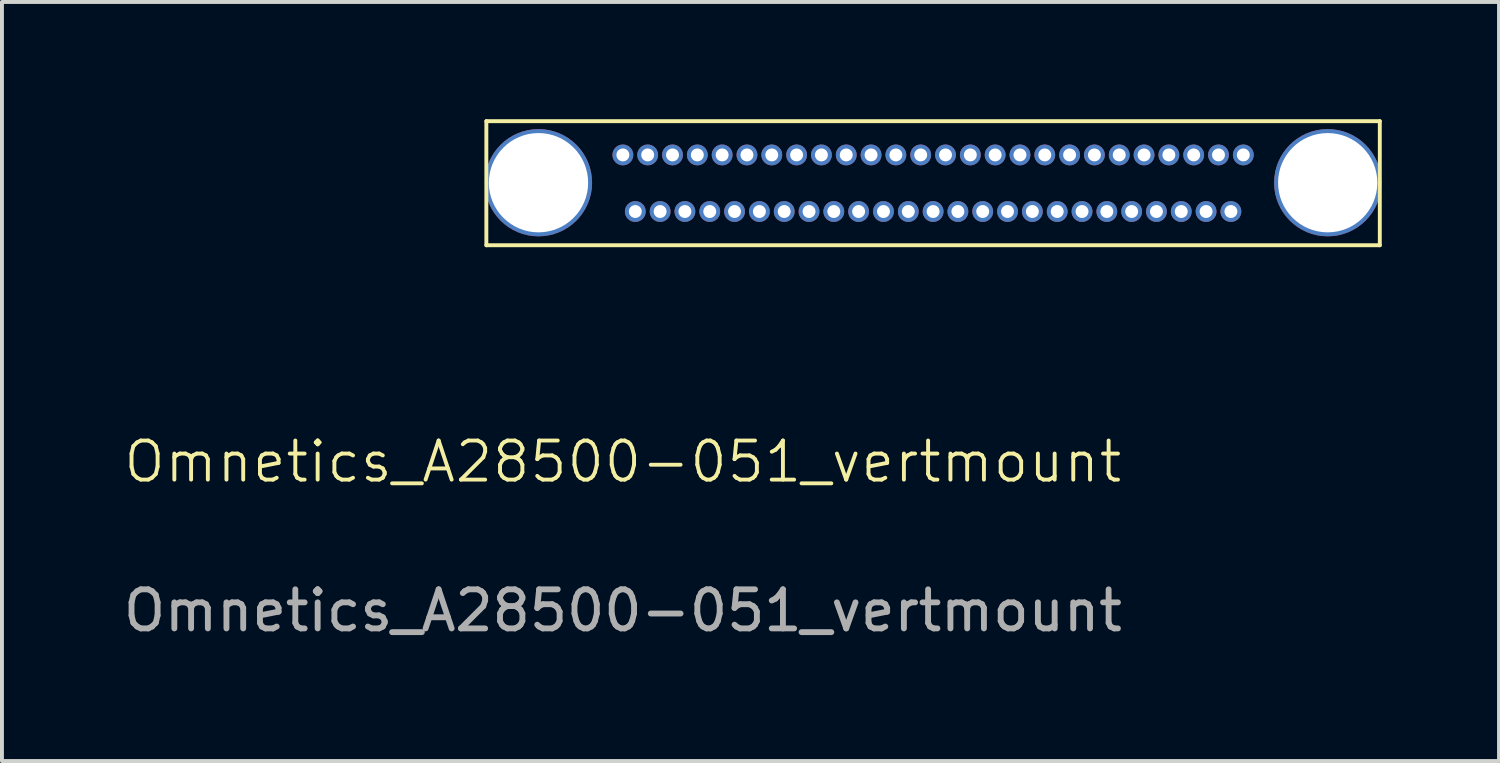
<source format=kicad_pcb>
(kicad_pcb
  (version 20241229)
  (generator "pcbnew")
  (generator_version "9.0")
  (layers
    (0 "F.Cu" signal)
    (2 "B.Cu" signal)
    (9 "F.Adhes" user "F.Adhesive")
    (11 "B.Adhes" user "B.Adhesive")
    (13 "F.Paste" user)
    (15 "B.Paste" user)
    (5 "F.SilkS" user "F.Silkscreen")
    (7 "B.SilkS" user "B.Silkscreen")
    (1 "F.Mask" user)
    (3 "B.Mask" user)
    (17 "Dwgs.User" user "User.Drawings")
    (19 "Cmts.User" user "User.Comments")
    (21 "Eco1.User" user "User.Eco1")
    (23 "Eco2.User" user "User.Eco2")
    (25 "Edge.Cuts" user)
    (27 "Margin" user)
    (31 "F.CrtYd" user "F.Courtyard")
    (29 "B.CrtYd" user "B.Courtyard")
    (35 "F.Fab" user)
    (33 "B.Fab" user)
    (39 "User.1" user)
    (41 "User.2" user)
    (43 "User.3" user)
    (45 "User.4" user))
  (footprint "Omnetics_A28500-051_vertmount"
    (layer "F.Cu")
    (at 12.887 0.914)
    (property "Reference" "Omnetics_A28500-051_vertmount" (at 0 7.85 0) (unlocked yes) (layer "F.SilkS") (effects (font (size 1 1) (thickness 0.1))))
    (attr through_hole)
    (fp_line (start -3.493 -0.864) (end -3.493 2.311) (stroke (width 0.1) (type default)) (layer "F.SilkS"))
    (fp_line (start -3.493 -0.864) (end 19.367 -0.864) (stroke (width 0.1) (type default)) (layer "F.SilkS"))
    (fp_line (start -3.493 2.311) (end 19.367 2.311) (stroke (width 0.1) (type default)) (layer "F.SilkS"))
    (fp_line (start 19.367 -0.864) (end 19.367 2.311) (stroke (width 0.1) (type default)) (layer "F.SilkS"))
    (fp_text user "${REFERENCE}" (at 0 11.66 0) (unlocked yes) (layer "F.Fab") (effects (font (size 1 1) (thickness 0.15))))
    (pad "1" thru_hole circle (at 0 0) (size 0.533 0.533) (drill 0.33) (layers "*.Cu" "*.Mask"))
    (pad "2" thru_hole circle (at 0.635 0) (size 0.533 0.533) (drill 0.33) (layers "*.Cu" "*.Mask"))
    (pad "3" thru_hole circle (at 1.27 0) (size 0.533 0.533) (drill 0.33) (layers "*.Cu" "*.Mask"))
    (pad "4" thru_hole circle (at 1.905 0) (size 0.533 0.533) (drill 0.33) (layers "*.Cu" "*.Mask"))
    (pad "5" thru_hole circle (at 2.54 0) (size 0.533 0.533) (drill 0.33) (layers "*.Cu" "*.Mask"))
    (pad "6" thru_hole circle (at 3.175 0) (size 0.533 0.533) (drill 0.33) (layers "*.Cu" "*.Mask"))
    (pad "7" thru_hole circle (at 3.81 0) (size 0.533 0.533) (drill 0.33) (layers "*.Cu" "*.Mask"))
    (pad "8" thru_hole circle (at 4.445 0) (size 0.533 0.533) (drill 0.33) (layers "*.Cu" "*.Mask"))
    (pad "9" thru_hole circle (at 5.08 0) (size 0.533 0.533) (drill 0.33) (layers "*.Cu" "*.Mask"))
    (pad "10" thru_hole circle (at 5.715 0) (size 0.533 0.533) (drill 0.33) (layers "*.Cu" "*.Mask"))
    (pad "11" thru_hole circle (at 6.35 0) (size 0.533 0.533) (drill 0.33) (layers "*.Cu" "*.Mask"))
    (pad "12" thru_hole circle (at 6.985 0) (size 0.533 0.533) (drill 0.33) (layers "*.Cu" "*.Mask"))
    (pad "13" thru_hole circle (at 7.62 0) (size 0.533 0.533) (drill 0.33) (layers "*.Cu" "*.Mask"))
    (pad "14" thru_hole circle (at 8.255 0) (size 0.533 0.533) (drill 0.33) (layers "*.Cu" "*.Mask"))
    (pad "15" thru_hole circle (at 8.89 0) (size 0.533 0.533) (drill 0.33) (layers "*.Cu" "*.Mask"))
    (pad "16" thru_hole circle (at 9.525 0) (size 0.533 0.533) (drill 0.33) (layers "*.Cu" "*.Mask"))
    (pad "17" thru_hole circle (at 10.16 0) (size 0.533 0.533) (drill 0.33) (layers "*.Cu" "*.Mask"))
    (pad "18" thru_hole circle (at 10.795 0) (size 0.533 0.533) (drill 0.33) (layers "*.Cu" "*.Mask"))
    (pad "19" thru_hole circle (at 11.43 0) (size 0.533 0.533) (drill 0.33) (layers "*.Cu" "*.Mask"))
    (pad "20" thru_hole circle (at 12.065 0) (size 0.533 0.533) (drill 0.33) (layers "*.Cu" "*.Mask"))
    (pad "21" thru_hole circle (at 12.7 0) (size 0.533 0.533) (drill 0.33) (layers "*.Cu" "*.Mask"))
    (pad "22" thru_hole circle (at 13.335 0) (size 0.533 0.533) (drill 0.33) (layers "*.Cu" "*.Mask"))
    (pad "23" thru_hole circle (at 13.97 0) (size 0.533 0.533) (drill 0.33) (layers "*.Cu" "*.Mask"))
    (pad "24" thru_hole circle (at 14.605 0) (size 0.533 0.533) (drill 0.33) (layers "*.Cu" "*.Mask"))
    (pad "25" thru_hole circle (at 15.24 0) (size 0.533 0.533) (drill 0.33) (layers "*.Cu" "*.Mask"))
    (pad "26" thru_hole circle (at 15.875 0) (size 0.533 0.533) (drill 0.33) (layers "*.Cu" "*.Mask"))
    (pad "27" thru_hole circle (at 0.318 1.448) (size 0.533 0.533) (drill 0.33) (layers "*.Cu" "*.Mask"))
    (pad "28" thru_hole circle (at 0.953 1.448) (size 0.533 0.533) (drill 0.33) (layers "*.Cu" "*.Mask"))
    (pad "29" thru_hole circle (at 1.587 1.448) (size 0.533 0.533) (drill 0.33) (layers "*.Cu" "*.Mask"))
    (pad "30" thru_hole circle (at 2.223 1.448) (size 0.533 0.533) (drill 0.33) (layers "*.Cu" "*.Mask"))
    (pad "31" thru_hole circle (at 2.857 1.448) (size 0.533 0.533) (drill 0.33) (layers "*.Cu" "*.Mask"))
    (pad "32" thru_hole circle (at 3.493 1.448) (size 0.533 0.533) (drill 0.33) (layers "*.Cu" "*.Mask"))
    (pad "33" thru_hole circle (at 4.128 1.448) (size 0.533 0.533) (drill 0.33) (layers "*.Cu" "*.Mask"))
    (pad "34" thru_hole circle (at 4.763 1.448) (size 0.533 0.533) (drill 0.33) (layers "*.Cu" "*.Mask"))
    (pad "35" thru_hole circle (at 5.397 1.448) (size 0.533 0.533) (drill 0.33) (layers "*.Cu" "*.Mask"))
    (pad "36" thru_hole circle (at 6.032 1.448) (size 0.533 0.533) (drill 0.33) (layers "*.Cu" "*.Mask"))
    (pad "37" thru_hole circle (at 6.668 1.448) (size 0.533 0.533) (drill 0.33) (layers "*.Cu" "*.Mask"))
    (pad "38" thru_hole circle (at 7.303 1.448) (size 0.533 0.533) (drill 0.33) (layers "*.Cu" "*.Mask"))
    (pad "39" thru_hole circle (at 7.938 1.448) (size 0.533 0.533) (drill 0.33) (layers "*.Cu" "*.Mask"))
    (pad "40" thru_hole circle (at 8.572 1.448) (size 0.533 0.533) (drill 0.33) (layers "*.Cu" "*.Mask"))
    (pad "41" thru_hole circle (at 9.207 1.448) (size 0.533 0.533) (drill 0.33) (layers "*.Cu" "*.Mask"))
    (pad "42" thru_hole circle (at 9.842 1.448) (size 0.533 0.533) (drill 0.33) (layers "*.Cu" "*.Mask"))
    (pad "43" thru_hole circle (at 10.477 1.448) (size 0.533 0.533) (drill 0.33) (layers "*.Cu" "*.Mask"))
    (pad "44" thru_hole circle (at 11.113 1.448) (size 0.533 0.533) (drill 0.33) (layers "*.Cu" "*.Mask"))
    (pad "45" thru_hole circle (at 11.748 1.448) (size 0.533 0.533) (drill 0.33) (layers "*.Cu" "*.Mask"))
    (pad "46" thru_hole circle (at 12.383 1.448) (size 0.533 0.533) (drill 0.33) (layers "*.Cu" "*.Mask"))
    (pad "47" thru_hole circle (at 13.018 1.448) (size 0.533 0.533) (drill 0.33) (layers "*.Cu" "*.Mask"))
    (pad "48" thru_hole circle (at 13.652 1.448) (size 0.533 0.533) (drill 0.33) (layers "*.Cu" "*.Mask"))
    (pad "49" thru_hole circle (at 14.287 1.448) (size 0.533 0.533) (drill 0.33) (layers "*.Cu" "*.Mask"))
    (pad "50" thru_hole circle (at 14.922 1.448) (size 0.533 0.533) (drill 0.33) (layers "*.Cu" "*.Mask"))
    (pad "51" thru_hole circle (at 15.557 1.448) (size 0.533 0.533) (drill 0.33) (layers "*.Cu" "*.Mask"))
    (pad "52" thru_hole circle (at -2.159 0.711) (size 2.743 2.743) (drill 2.54) (layers "*.Cu" "*.Mask"))
    (pad "53" thru_hole circle (at 18.034 0.711) (size 2.743 2.743) (drill 2.54) (layers "*.Cu" "*.Mask")))
  (gr_rect
    (start -3 -3)
    (end 35.304 16.422)
    (stroke (width 0.1) (type default))
    (fill no)
    (layer "Edge.Cuts")))
</source>
